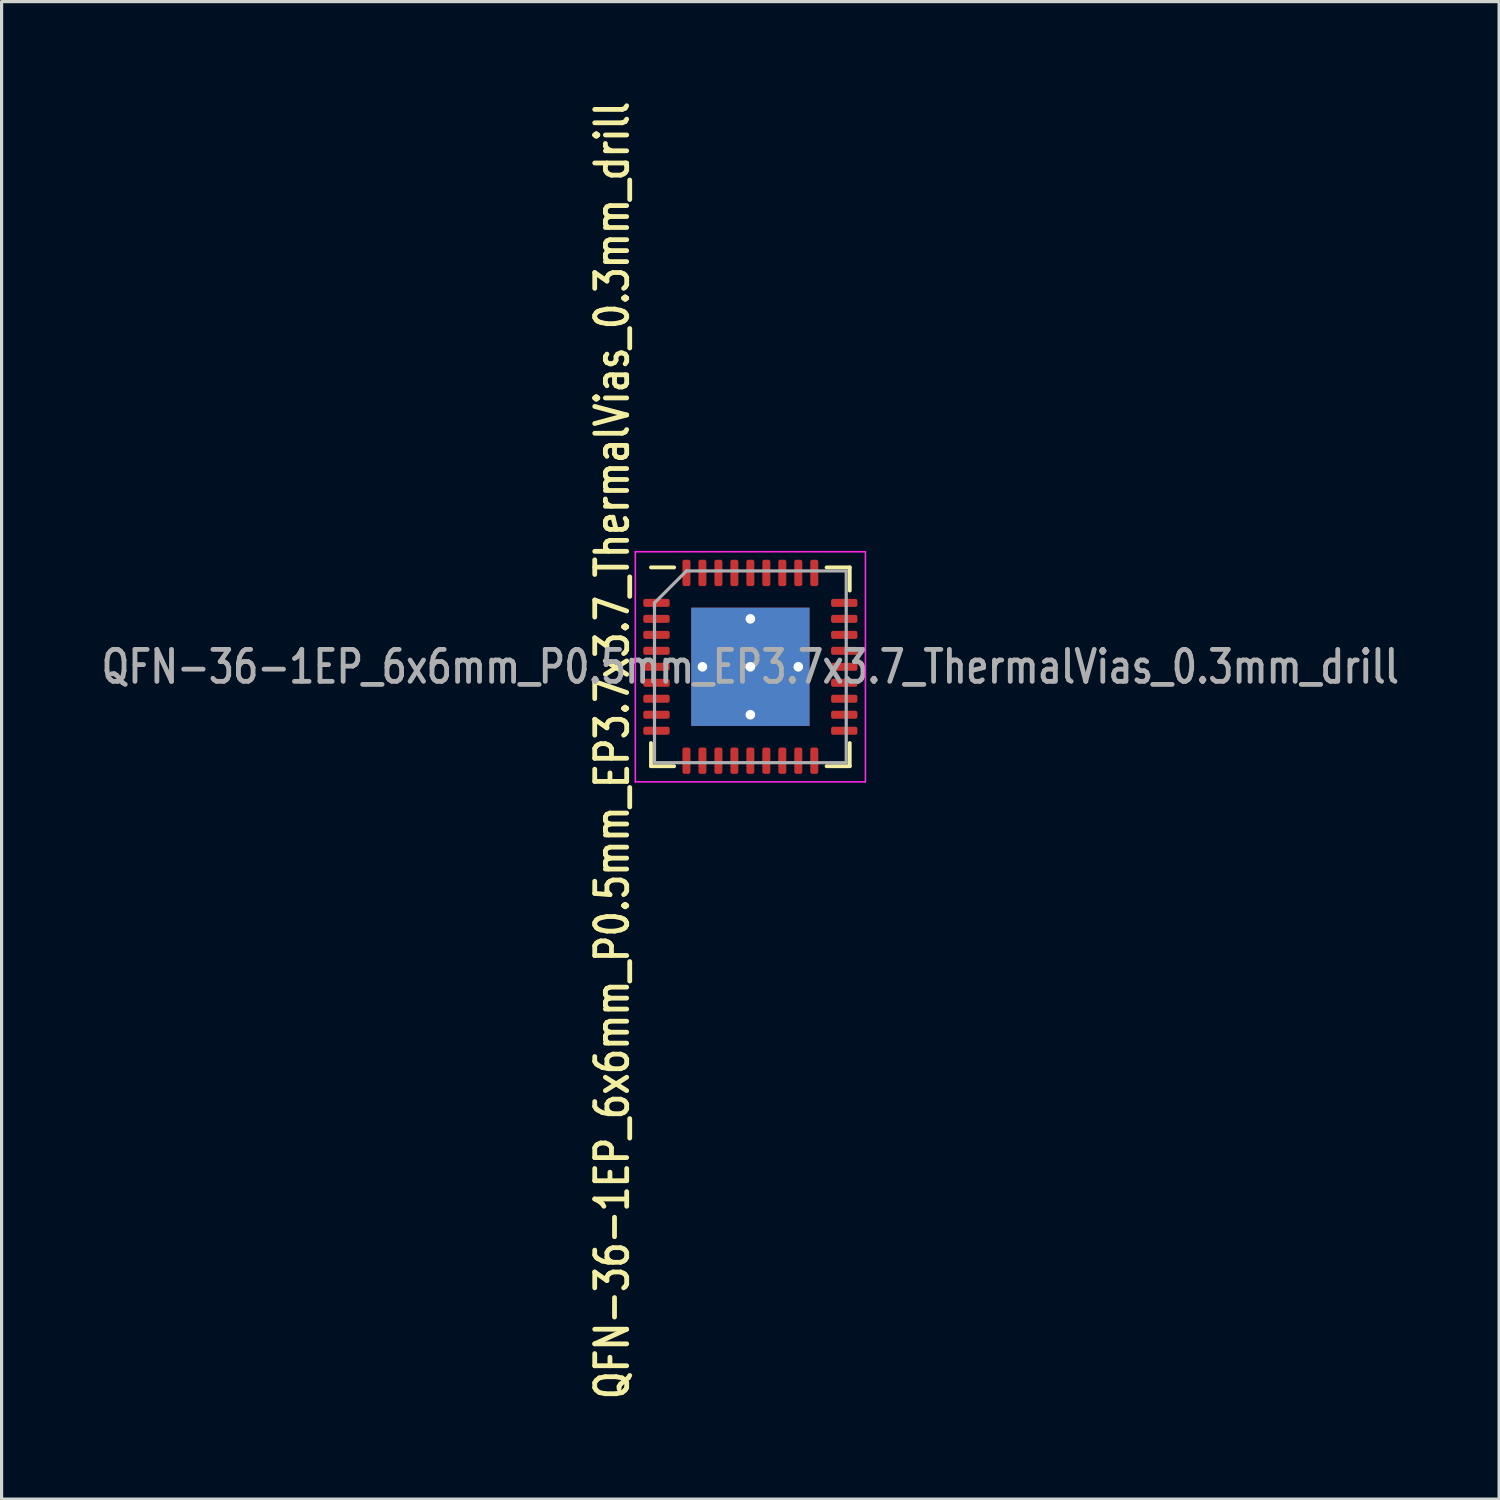
<source format=kicad_pcb>
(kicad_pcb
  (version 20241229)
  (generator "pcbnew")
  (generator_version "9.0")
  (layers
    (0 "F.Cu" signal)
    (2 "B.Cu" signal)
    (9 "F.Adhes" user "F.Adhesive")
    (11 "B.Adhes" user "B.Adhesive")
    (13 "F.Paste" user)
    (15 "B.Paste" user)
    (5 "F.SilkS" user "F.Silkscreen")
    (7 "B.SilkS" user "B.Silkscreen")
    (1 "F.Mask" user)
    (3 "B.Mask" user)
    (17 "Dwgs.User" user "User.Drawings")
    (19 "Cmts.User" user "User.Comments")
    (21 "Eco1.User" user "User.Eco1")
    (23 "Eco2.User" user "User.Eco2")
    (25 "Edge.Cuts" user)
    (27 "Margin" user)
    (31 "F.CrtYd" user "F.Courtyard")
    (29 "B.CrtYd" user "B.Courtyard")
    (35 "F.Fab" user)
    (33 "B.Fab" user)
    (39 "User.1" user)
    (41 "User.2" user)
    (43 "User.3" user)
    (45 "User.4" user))
  (footprint "QFN-36-1EP_6x6mm_P0.5mm_EP3.7x3.7_ThermalVias_0.3mm_drill"
    (layer "F.Cu")
    (at 20.431 17.816)
    (property "Reference" "QFN-36-1EP_6x6mm_P0.5mm_EP3.7x3.7_ThermalVias_0.3mm_drill" (at -4.325 2.615 90) (layer "F.SilkS") (effects (font (size 1 0.8) (thickness 0.15))))
    (attr smd)
    (fp_line (start -3.11 3.11) (end -3.11 2.385) (stroke (width 0.12) (type solid)) (layer "F.SilkS"))
    (fp_line (start -2.385 -3.11) (end -3.11 -3.11) (stroke (width 0.12) (type solid)) (layer "F.SilkS"))
    (fp_line (start -2.385 3.11) (end -3.11 3.11) (stroke (width 0.12) (type solid)) (layer "F.SilkS"))
    (fp_line (start 2.385 -3.11) (end 3.11 -3.11) (stroke (width 0.12) (type solid)) (layer "F.SilkS"))
    (fp_line (start 2.385 3.11) (end 3.11 3.11) (stroke (width 0.12) (type solid)) (layer "F.SilkS"))
    (fp_line (start 3.11 -3.11) (end 3.11 -2.385) (stroke (width 0.12) (type solid)) (layer "F.SilkS"))
    (fp_line (start 3.11 3.11) (end 3.11 2.385) (stroke (width 0.12) (type solid)) (layer "F.SilkS"))
    (fp_line (start -3.6 -3.6) (end -3.6 3.6) (stroke (width 0.05) (type solid)) (layer "F.CrtYd"))
    (fp_line (start -3.6 3.6) (end 3.6 3.6) (stroke (width 0.05) (type solid)) (layer "F.CrtYd"))
    (fp_line (start 3.6 -3.6) (end -3.6 -3.6) (stroke (width 0.05) (type solid)) (layer "F.CrtYd"))
    (fp_line (start 3.6 3.6) (end 3.6 -3.6) (stroke (width 0.05) (type solid)) (layer "F.CrtYd"))
    (fp_line (start -3 -2) (end -2 -3) (stroke (width 0.1) (type solid)) (layer "F.Fab"))
    (fp_line (start -3 3) (end -3 -2) (stroke (width 0.1) (type solid)) (layer "F.Fab"))
    (fp_line (start -2 -3) (end 3 -3) (stroke (width 0.1) (type solid)) (layer "F.Fab"))
    (fp_line (start 3 -3) (end 3 3) (stroke (width 0.1) (type solid)) (layer "F.Fab"))
    (fp_line (start 3 3) (end -3 3) (stroke (width 0.1) (type solid)) (layer "F.Fab"))
    (fp_text user "${REFERENCE}" (at 0 0 0) (layer "F.Fab") (effects (font (size 1 0.8) (thickness 0.15))))
    (pad "" smd roundrect (at -1.05 -1.05) (size 1.5 1.5) (layers "F.Paste") (roundrect_rratio 0.25))
    (pad "" smd roundrect (at -1.05 1.05) (size 1.5 1.5) (layers "F.Paste") (roundrect_rratio 0.25))
    (pad "" smd roundrect (at 1.05 -1.05) (size 1.4 1.4) (layers "F.Paste") (roundrect_rratio 0.25))
    (pad "" smd roundrect (at 1.05 1.05) (size 1.5 1.5) (layers "F.Paste") (roundrect_rratio 0.25))
    (pad "1" smd roundrect (at -2.938 -2) (size 0.825 0.25) (layers "F.Cu" "F.Mask" "F.Paste") (roundrect_rratio 0.25))
    (pad "2" smd roundrect (at -2.938 -1.5) (size 0.825 0.25) (layers "F.Cu" "F.Mask" "F.Paste") (roundrect_rratio 0.25))
    (pad "3" smd roundrect (at -2.938 -1) (size 0.825 0.25) (layers "F.Cu" "F.Mask" "F.Paste") (roundrect_rratio 0.25))
    (pad "4" smd roundrect (at -2.938 -0.5) (size 0.825 0.25) (layers "F.Cu" "F.Mask" "F.Paste") (roundrect_rratio 0.25))
    (pad "5" smd roundrect (at -2.938 0) (size 0.825 0.25) (layers "F.Cu" "F.Mask" "F.Paste") (roundrect_rratio 0.25))
    (pad "6" smd roundrect (at -2.938 0.5) (size 0.825 0.25) (layers "F.Cu" "F.Mask" "F.Paste") (roundrect_rratio 0.25))
    (pad "7" smd roundrect (at -2.938 1) (size 0.825 0.25) (layers "F.Cu" "F.Mask" "F.Paste") (roundrect_rratio 0.25))
    (pad "8" smd roundrect (at -2.938 1.5) (size 0.825 0.25) (layers "F.Cu" "F.Mask" "F.Paste") (roundrect_rratio 0.25))
    (pad "9" smd roundrect (at -2.938 2) (size 0.825 0.25) (layers "F.Cu" "F.Mask" "F.Paste") (roundrect_rratio 0.25))
    (pad "10" smd roundrect (at -2 2.938) (size 0.25 0.825) (layers "F.Cu" "F.Mask" "F.Paste") (roundrect_rratio 0.25))
    (pad "11" smd roundrect (at -1.5 2.938) (size 0.25 0.825) (layers "F.Cu" "F.Mask" "F.Paste") (roundrect_rratio 0.25))
    (pad "12" smd roundrect (at -1 2.938) (size 0.25 0.825) (layers "F.Cu" "F.Mask" "F.Paste") (roundrect_rratio 0.25))
    (pad "13" smd roundrect (at -0.5 2.938) (size 0.25 0.825) (layers "F.Cu" "F.Mask" "F.Paste") (roundrect_rratio 0.25))
    (pad "14" smd roundrect (at 0 2.938) (size 0.25 0.825) (layers "F.Cu" "F.Mask" "F.Paste") (roundrect_rratio 0.25))
    (pad "15" smd roundrect (at 0.5 2.938) (size 0.25 0.825) (layers "F.Cu" "F.Mask" "F.Paste") (roundrect_rratio 0.25))
    (pad "16" smd roundrect (at 1 2.938) (size 0.25 0.825) (layers "F.Cu" "F.Mask" "F.Paste") (roundrect_rratio 0.25))
    (pad "17" smd roundrect (at 1.5 2.938) (size 0.25 0.825) (layers "F.Cu" "F.Mask" "F.Paste") (roundrect_rratio 0.25))
    (pad "18" smd roundrect (at 2 2.938) (size 0.25 0.825) (layers "F.Cu" "F.Mask" "F.Paste") (roundrect_rratio 0.25))
    (pad "19" smd roundrect (at 2.938 2) (size 0.825 0.25) (layers "F.Cu" "F.Mask" "F.Paste") (roundrect_rratio 0.25))
    (pad "20" smd roundrect (at 2.938 1.5) (size 0.825 0.25) (layers "F.Cu" "F.Mask" "F.Paste") (roundrect_rratio 0.25))
    (pad "21" smd roundrect (at 2.938 1) (size 0.825 0.25) (layers "F.Cu" "F.Mask" "F.Paste") (roundrect_rratio 0.25))
    (pad "22" smd roundrect (at 2.938 0.5) (size 0.825 0.25) (layers "F.Cu" "F.Mask" "F.Paste") (roundrect_rratio 0.25))
    (pad "23" smd roundrect (at 2.938 0) (size 0.825 0.25) (layers "F.Cu" "F.Mask" "F.Paste") (roundrect_rratio 0.25))
    (pad "24" smd roundrect (at 2.938 -0.5) (size 0.825 0.25) (layers "F.Cu" "F.Mask" "F.Paste") (roundrect_rratio 0.25))
    (pad "25" smd roundrect (at 2.938 -1) (size 0.825 0.25) (layers "F.Cu" "F.Mask" "F.Paste") (roundrect_rratio 0.25))
    (pad "26" smd roundrect (at 2.938 -1.5) (size 0.825 0.25) (layers "F.Cu" "F.Mask" "F.Paste") (roundrect_rratio 0.25))
    (pad "27" smd roundrect (at 2.938 -2) (size 0.825 0.25) (layers "F.Cu" "F.Mask" "F.Paste") (roundrect_rratio 0.25))
    (pad "28" smd roundrect (at 2 -2.938) (size 0.25 0.825) (layers "F.Cu" "F.Mask" "F.Paste") (roundrect_rratio 0.25))
    (pad "29" smd roundrect (at 1.5 -2.938) (size 0.25 0.825) (layers "F.Cu" "F.Mask" "F.Paste") (roundrect_rratio 0.25))
    (pad "30" smd roundrect (at 1 -2.938) (size 0.25 0.825) (layers "F.Cu" "F.Mask" "F.Paste") (roundrect_rratio 0.25))
    (pad "31" smd roundrect (at 0.5 -2.938) (size 0.25 0.825) (layers "F.Cu" "F.Mask" "F.Paste") (roundrect_rratio 0.25))
    (pad "32" smd roundrect (at 0 -2.938) (size 0.25 0.825) (layers "F.Cu" "F.Mask" "F.Paste") (roundrect_rratio 0.25))
    (pad "33" smd roundrect (at -0.5 -2.938) (size 0.25 0.825) (layers "F.Cu" "F.Mask" "F.Paste") (roundrect_rratio 0.25))
    (pad "34" smd roundrect (at -1 -2.938) (size 0.25 0.825) (layers "F.Cu" "F.Mask" "F.Paste") (roundrect_rratio 0.25))
    (pad "35" smd roundrect (at -1.5 -2.938) (size 0.25 0.825) (layers "F.Cu" "F.Mask" "F.Paste") (roundrect_rratio 0.25))
    (pad "36" smd roundrect (at -2 -2.938) (size 0.25 0.825) (layers "F.Cu" "F.Mask" "F.Paste") (roundrect_rratio 0.25))
    (pad "37" thru_hole circle (at -1.5 0) (size 0.6 0.6) (drill 0.3) (layers "*.Cu"))
    (pad "37" thru_hole circle (at 0 -1.5) (size 0.6 0.6) (drill 0.3) (layers "*.Cu"))
    (pad "37" thru_hole circle (at 0 0) (size 0.6 0.6) (drill 0.3) (layers "*.Cu"))
    (pad "37" smd rect (at 0 0) (size 3.7 3.7) (layers "F.Cu" "F.Mask"))
    (pad "37" smd rect (at 0 0) (size 3.7 3.7) (layers "B.Cu"))
    (pad "37" thru_hole circle (at 0 1.5) (size 0.6 0.6) (drill 0.3) (layers "*.Cu"))
    (pad "37" thru_hole circle (at 1.5 0) (size 0.6 0.6) (drill 0.3) (layers "*.Cu")))
  (gr_rect
    (start -3 -3)
    (end 43.861 43.861)
    (stroke (width 0.1) (type default))
    (fill no)
    (layer "Edge.Cuts")))
</source>
